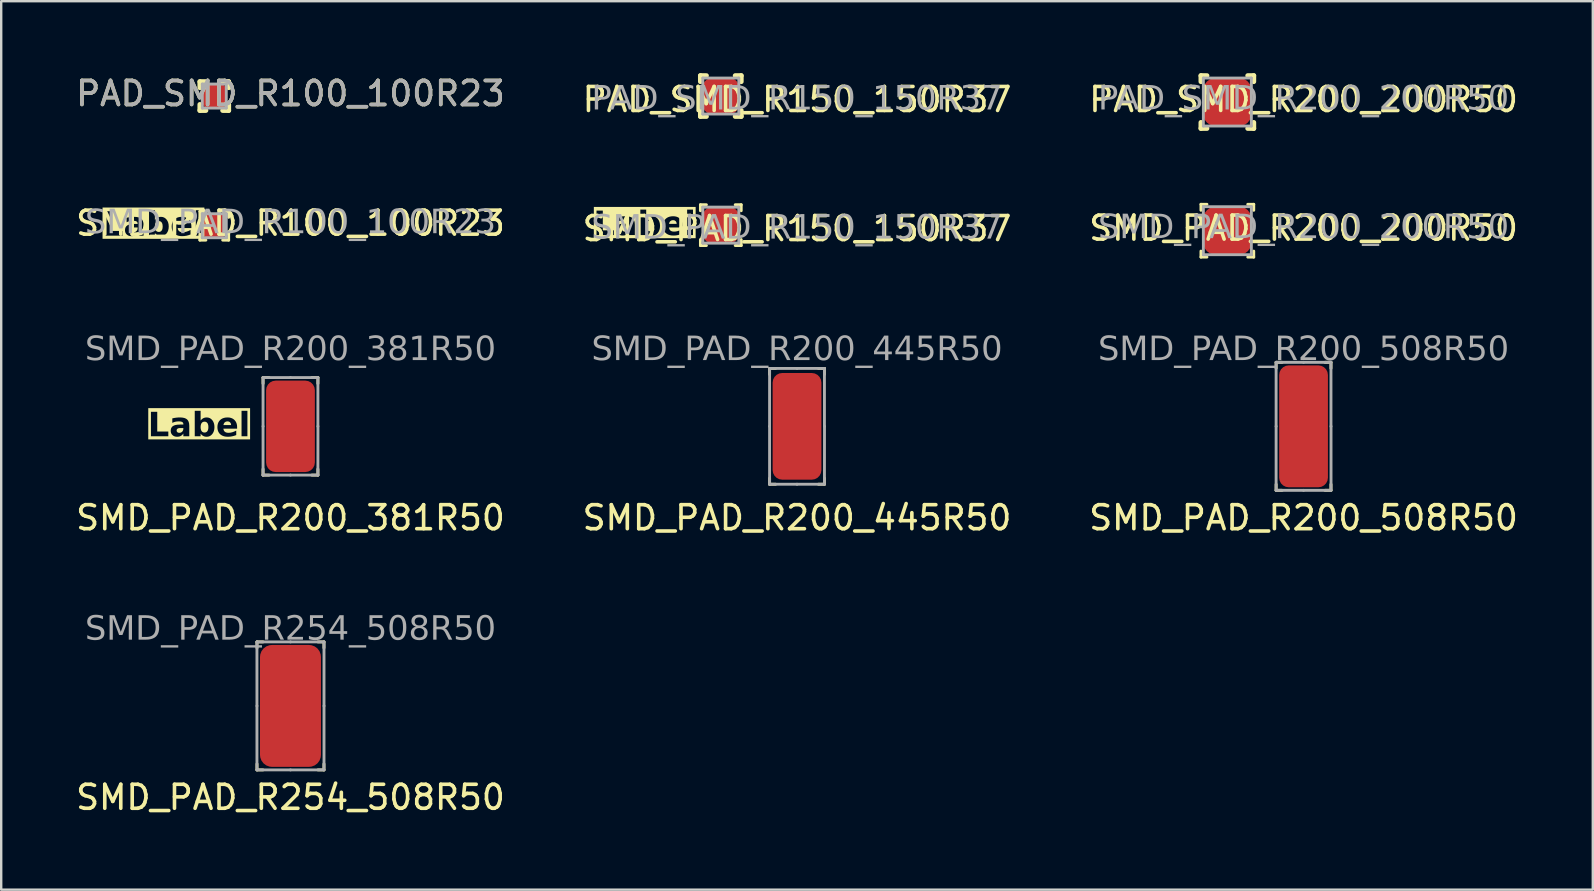
<source format=kicad_pcb>
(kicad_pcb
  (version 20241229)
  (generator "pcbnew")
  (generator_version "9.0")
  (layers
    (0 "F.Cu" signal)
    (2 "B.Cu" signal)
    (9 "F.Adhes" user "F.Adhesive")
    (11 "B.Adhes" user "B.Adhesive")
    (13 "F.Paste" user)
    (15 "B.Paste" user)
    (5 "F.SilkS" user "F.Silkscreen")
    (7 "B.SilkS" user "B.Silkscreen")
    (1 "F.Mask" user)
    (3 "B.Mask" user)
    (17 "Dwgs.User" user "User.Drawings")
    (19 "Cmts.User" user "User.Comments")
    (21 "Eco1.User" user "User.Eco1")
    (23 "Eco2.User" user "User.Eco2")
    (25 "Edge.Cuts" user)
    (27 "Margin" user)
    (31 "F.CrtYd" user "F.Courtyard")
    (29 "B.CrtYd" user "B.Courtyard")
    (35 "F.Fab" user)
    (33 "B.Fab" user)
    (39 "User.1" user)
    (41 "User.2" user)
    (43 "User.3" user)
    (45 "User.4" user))
  (footprint "SMD_PAD_R200_200R50"
    (layer "F.Cu")
    (at 48.093 6.563)
    (property "Reference" "SMD_PAD_R200_200R50" (at 3.175 -0.105 0) (layer "F.SilkS") (effects (font (size 1 1) (thickness 0.15))))
    (attr smd exclude_from_pos_files exclude_from_bom allow_missing_courtyard)
    (fp_line (start -1.1 -0.85) (end -1.1 -1.1) (stroke (width 0.12) (type solid)) (layer "F.SilkS"))
    (fp_line (start -1.1 0.85) (end -1.1 1.1) (stroke (width 0.12) (type solid)) (layer "F.SilkS"))
    (fp_line (start -0.85 -1.1) (end -1.1 -1.1) (stroke (width 0.12) (type solid)) (layer "F.SilkS"))
    (fp_line (start -0.85 1.1) (end -1.1 1.1) (stroke (width 0.12) (type solid)) (layer "F.SilkS"))
    (fp_line (start 0.85 -1.1) (end 1.1 -1.1) (stroke (width 0.12) (type solid)) (layer "F.SilkS"))
    (fp_line (start 0.85 1.1) (end 1.1 1.1) (stroke (width 0.12) (type solid)) (layer "F.SilkS"))
    (fp_line (start 1.1 -0.85) (end 1.1 -1.1) (stroke (width 0.12) (type solid)) (layer "F.SilkS"))
    (fp_line (start 1.1 0.85) (end 1.1 1.1) (stroke (width 0.12) (type solid)) (layer "F.SilkS"))
    (fp_line (start -1 -1) (end -1 1) (stroke (width 0.12) (type solid)) (layer "F.Fab"))
    (fp_line (start -1 -1) (end 1 -1) (stroke (width 0.12) (type solid)) (layer "F.Fab"))
    (fp_line (start -1 1) (end 1 1) (stroke (width 0.12) (type solid)) (layer "F.Fab"))
    (fp_line (start 1 1) (end 1 -1) (stroke (width 0.12) (type solid)) (layer "F.Fab"))
    (fp_text user "${REFERENCE}" (at 3.175 -0.105 0) (layer "F.Fab") (effects (font (face "Tahoma") (size 1 1) (thickness 0.15))))
    (pad "1" smd roundrect (at 0 0) (size 2 2) (property pad_prop_testpoint) (layers "F.Cu" "F.Mask") (roundrect_rratio 0.25)))
  (footprint "PAD_SMD_R200_200R50"
    (layer "F.Cu")
    (at 48.093 1.202)
    (property "Reference" "PAD_SMD_R200_200R50" (at 3.175 -0.105 0) (layer "F.SilkS") (effects (font (size 1 1) (thickness 0.15))))
    (attr smd exclude_from_pos_files exclude_from_bom allow_missing_courtyard)
    (fp_line (start -1.1 -0.85) (end -1.1 -1.1) (stroke (width 0.203) (type solid)) (layer "F.SilkS"))
    (fp_line (start -1.1 0.85) (end -1.1 1.1) (stroke (width 0.203) (type solid)) (layer "F.SilkS"))
    (fp_line (start -0.85 -1.1) (end -1.1 -1.1) (stroke (width 0.203) (type solid)) (layer "F.SilkS"))
    (fp_line (start -0.85 1.1) (end -1.1 1.1) (stroke (width 0.203) (type solid)) (layer "F.SilkS"))
    (fp_line (start 0.85 -1.1) (end 1.1 -1.1) (stroke (width 0.203) (type solid)) (layer "F.SilkS"))
    (fp_line (start 0.85 1.1) (end 1.1 1.1) (stroke (width 0.203) (type solid)) (layer "F.SilkS"))
    (fp_line (start 1.1 -0.85) (end 1.1 -1.1) (stroke (width 0.203) (type solid)) (layer "F.SilkS"))
    (fp_line (start 1.1 0.85) (end 1.1 1.1) (stroke (width 0.203) (type solid)) (layer "F.SilkS"))
    (fp_line (start -1 -1) (end -1 1) (stroke (width 0.12) (type solid)) (layer "F.Fab"))
    (fp_line (start -1 -1) (end 1 -1) (stroke (width 0.12) (type solid)) (layer "F.Fab"))
    (fp_line (start -1 1) (end 1 1) (stroke (width 0.12) (type solid)) (layer "F.Fab"))
    (fp_line (start 1 1) (end 1 -1) (stroke (width 0.12) (type solid)) (layer "F.Fab"))
    (fp_text user "${REFERENCE}" (at 3.175 -0.105 0) (layer "F.Fab") (effects (font (face "Tahoma") (size 1 1) (thickness 0.15))))
    (pad "1" smd roundrect (at 0 0) (size 2 2) (property pad_prop_testpoint) (layers "F.Cu" "F.Mask" "F.Paste") (roundrect_rratio 0.25)))
  (footprint "SMD_PAD_R200_445R50"
    (layer "F.Cu")
    (at 30.161 14.715)
    (property "Reference" "SMD_PAD_R200_445R50" (at 0 3.81 0) (layer "F.SilkS") (effects (font (size 1 1) (thickness 0.15))))
    (attr smd exclude_from_pos_files exclude_from_bom allow_missing_courtyard)
    (fp_line (start -1.143 -2.163) (end -1.143 -2.413) (stroke (width 0.12) (type solid)) (layer "F.SilkS"))
    (fp_line (start -1.143 2.163) (end -1.143 2.413) (stroke (width 0.12) (type solid)) (layer "F.SilkS"))
    (fp_line (start -0.893 -2.413) (end -1.143 -2.413) (stroke (width 0.12) (type solid)) (layer "F.SilkS"))
    (fp_line (start -0.893 2.413) (end -1.143 2.413) (stroke (width 0.12) (type solid)) (layer "F.SilkS"))
    (fp_line (start 0.893 -2.413) (end 1.143 -2.413) (stroke (width 0.12) (type solid)) (layer "F.SilkS"))
    (fp_line (start 0.893 2.413) (end 1.143 2.413) (stroke (width 0.12) (type solid)) (layer "F.SilkS"))
    (fp_line (start 1.143 -2.163) (end 1.143 -2.413) (stroke (width 0.12) (type solid)) (layer "F.SilkS"))
    (fp_line (start 1.143 2.163) (end 1.143 2.413) (stroke (width 0.12) (type solid)) (layer "F.SilkS"))
    (fp_line (start -1.143 -2.413) (end -1.143 0) (stroke (width 0.12) (type solid)) (layer "F.Fab"))
    (fp_line (start -1.143 -2.413) (end 0 -2.413) (stroke (width 0.12) (type solid)) (layer "F.Fab"))
    (fp_line (start -1.143 2.413) (end -1.143 0) (stroke (width 0.12) (type solid)) (layer "F.Fab"))
    (fp_line (start -1.143 2.413) (end 0 2.413) (stroke (width 0.12) (type solid)) (layer "F.Fab"))
    (fp_line (start 1.143 -2.413) (end 0 -2.413) (stroke (width 0.12) (type solid)) (layer "F.Fab"))
    (fp_line (start 1.143 -2.413) (end 1.143 0) (stroke (width 0.12) (type solid)) (layer "F.Fab"))
    (fp_line (start 1.143 2.413) (end 0 2.413) (stroke (width 0.12) (type solid)) (layer "F.Fab"))
    (fp_line (start 1.143 2.413) (end 1.145 0) (stroke (width 0.12) (type solid)) (layer "F.Fab"))
    (fp_text user "${REFERENCE}" (at 0 -3.175 0) (layer "F.Fab") (effects (font (face "Tahoma") (size 1 1) (thickness 0.15))))
    (pad "1" smd roundrect (at 0 0) (size 2.032 4.445) (property pad_prop_testpoint) (layers "F.Cu" "F.Mask") (roundrect_rratio 0.197)))
  (footprint "SMD_PAD_R150_150R37"
    (layer "F.Cu")
    (at 26.986 6.331)
    (property "Reference" "SMD_PAD_R150_150R37" (at 3.175 0.145 0) (layer "F.SilkS") (effects (font (size 1 1) (thickness 0.15))))
    (property "Label" "Label" (at -3.175 0 0) (layer "F.SilkS" knockout) (effects (font (face "Tahoma") (size 1 1) (thickness 0.2) (bold yes))))
    (attr smd exclude_from_pos_files exclude_from_bom allow_missing_courtyard)
    (fp_line (start -0.85 -0.6) (end -0.85 -0.85) (stroke (width 0.12) (type solid)) (layer "F.SilkS"))
    (fp_line (start -0.85 0.6) (end -0.85 0.85) (stroke (width 0.12) (type solid)) (layer "F.SilkS"))
    (fp_line (start -0.6 -0.85) (end -0.85 -0.85) (stroke (width 0.12) (type solid)) (layer "F.SilkS"))
    (fp_line (start -0.6 0.85) (end -0.85 0.85) (stroke (width 0.12) (type solid)) (layer "F.SilkS"))
    (fp_line (start 0.6 -0.85) (end 0.85 -0.85) (stroke (width 0.12) (type solid)) (layer "F.SilkS"))
    (fp_line (start 0.6 0.85) (end 0.85 0.85) (stroke (width 0.12) (type solid)) (layer "F.SilkS"))
    (fp_line (start 0.85 -0.6) (end 0.85 -0.85) (stroke (width 0.12) (type solid)) (layer "F.SilkS"))
    (fp_line (start 0.85 0.6) (end 0.85 0.85) (stroke (width 0.12) (type solid)) (layer "F.SilkS"))
    (fp_line (start -0.75 -0.75) (end -0.75 0.75) (stroke (width 0.12) (type solid)) (layer "F.Fab"))
    (fp_line (start -0.75 -0.75) (end 0.75 -0.75) (stroke (width 0.12) (type solid)) (layer "F.Fab"))
    (fp_line (start -0.75 0.75) (end 0.75 0.75) (stroke (width 0.12) (type solid)) (layer "F.Fab"))
    (fp_line (start 0.75 0.75) (end 0.75 -0.75) (stroke (width 0.12) (type solid)) (layer "F.Fab"))
    (fp_text user "${REFERENCE}" (at 3.175 0.145 0) (layer "F.Fab") (effects (font (face "Tahoma") (size 1 1) (thickness 0.15))))
    (pad "1" smd roundrect (at 0 0) (size 1.5 1.5) (property pad_prop_testpoint) (layers "F.Cu" "F.Mask") (roundrect_rratio 0.25)))
  (footprint "SMD_PAD_R200_508R50"
    (layer "F.Cu")
    (at 51.268 14.715)
    (property "Reference" "SMD_PAD_R200_508R50" (at 0 3.81 0) (layer "F.SilkS") (effects (font (size 1 1) (thickness 0.15))))
    (attr smd exclude_from_pos_files exclude_from_bom allow_missing_courtyard)
    (fp_line (start -1.143 -2.417) (end -1.143 -2.667) (stroke (width 0.12) (type solid)) (layer "F.SilkS"))
    (fp_line (start -1.143 2.417) (end -1.143 2.667) (stroke (width 0.12) (type solid)) (layer "F.SilkS"))
    (fp_line (start -0.893 -2.667) (end -1.143 -2.667) (stroke (width 0.12) (type solid)) (layer "F.SilkS"))
    (fp_line (start -0.893 2.667) (end -1.143 2.667) (stroke (width 0.12) (type solid)) (layer "F.SilkS"))
    (fp_line (start 0.893 -2.667) (end 1.143 -2.667) (stroke (width 0.12) (type solid)) (layer "F.SilkS"))
    (fp_line (start 0.893 2.667) (end 1.143 2.667) (stroke (width 0.12) (type solid)) (layer "F.SilkS"))
    (fp_line (start 1.143 -2.417) (end 1.143 -2.667) (stroke (width 0.12) (type solid)) (layer "F.SilkS"))
    (fp_line (start 1.143 2.417) (end 1.143 2.667) (stroke (width 0.12) (type solid)) (layer "F.SilkS"))
    (fp_line (start -1.143 -2.667) (end -1.143 0) (stroke (width 0.12) (type solid)) (layer "F.Fab"))
    (fp_line (start -1.143 -2.667) (end 0 -2.667) (stroke (width 0.12) (type solid)) (layer "F.Fab"))
    (fp_line (start -1.143 2.667) (end -1.143 0) (stroke (width 0.12) (type solid)) (layer "F.Fab"))
    (fp_line (start -1.143 2.667) (end 0 2.667) (stroke (width 0.12) (type solid)) (layer "F.Fab"))
    (fp_line (start 1.143 -2.667) (end 0 -2.667) (stroke (width 0.12) (type solid)) (layer "F.Fab"))
    (fp_line (start 1.143 -2.667) (end 1.143 0) (stroke (width 0.12) (type solid)) (layer "F.Fab"))
    (fp_line (start 1.143 2.667) (end 0 2.667) (stroke (width 0.12) (type solid)) (layer "F.Fab"))
    (fp_line (start 1.145 2.667) (end 1.145 0) (stroke (width 0.12) (type solid)) (layer "F.Fab"))
    (fp_text user "${REFERENCE}" (at 0 -3.175 0) (layer "F.Fab") (effects (font (face "Tahoma") (size 1 1) (thickness 0.15))))
    (pad "1" smd roundrect (at 0 0) (size 2.032 5.08) (property pad_prop_testpoint) (layers "F.Cu" "F.Mask") (roundrect_rratio 0.197)))
  (footprint "PAD_SMD_R150_150R37"
    (layer "F.Cu")
    (at 26.986 0.952)
    (property "Reference" "PAD_SMD_R150_150R37" (at 3.175 0.145 0) (layer "F.SilkS") (effects (font (size 1 1) (thickness 0.15))))
    (attr smd exclude_from_pos_files exclude_from_bom allow_missing_courtyard)
    (fp_line (start -0.85 -0.6) (end -0.85 -0.85) (stroke (width 0.203) (type solid)) (layer "F.SilkS"))
    (fp_line (start -0.85 0.6) (end -0.85 0.85) (stroke (width 0.203) (type solid)) (layer "F.SilkS"))
    (fp_line (start -0.6 -0.85) (end -0.85 -0.85) (stroke (width 0.203) (type solid)) (layer "F.SilkS"))
    (fp_line (start -0.6 0.85) (end -0.85 0.85) (stroke (width 0.203) (type solid)) (layer "F.SilkS"))
    (fp_line (start 0.6 -0.85) (end 0.85 -0.85) (stroke (width 0.203) (type solid)) (layer "F.SilkS"))
    (fp_line (start 0.6 0.85) (end 0.85 0.85) (stroke (width 0.203) (type solid)) (layer "F.SilkS"))
    (fp_line (start 0.85 -0.6) (end 0.85 -0.85) (stroke (width 0.203) (type solid)) (layer "F.SilkS"))
    (fp_line (start 0.85 0.6) (end 0.85 0.85) (stroke (width 0.203) (type solid)) (layer "F.SilkS"))
    (fp_line (start -0.75 -0.75) (end -0.75 0.75) (stroke (width 0.12) (type solid)) (layer "F.Fab"))
    (fp_line (start -0.75 -0.75) (end 0.75 -0.75) (stroke (width 0.12) (type solid)) (layer "F.Fab"))
    (fp_line (start -0.75 0.75) (end 0.75 0.75) (stroke (width 0.12) (type solid)) (layer "F.Fab"))
    (fp_line (start 0.75 0.75) (end 0.75 -0.75) (stroke (width 0.12) (type solid)) (layer "F.Fab"))
    (fp_text user "${REFERENCE}" (at 3.175 0.145 0) (layer "F.Fab") (effects (font (face "Tahoma") (size 1 1) (thickness 0.15))))
    (pad "1" smd roundrect (at 0 0) (size 1.5 1.5) (property pad_prop_testpoint) (layers "F.Cu" "F.Mask" "F.Paste") (roundrect_rratio 0.25)))
  (footprint "SMD_PAD_R100_100R23"
    (layer "F.Cu")
    (at 5.879 6.356)
    (property "Reference" "SMD_PAD_R100_100R23" (at 3.175 -0.105 0) (layer "F.SilkS") (effects (font (size 1 1) (thickness 0.15))))
    (property "Label" "Label" (at -2.54 0 0) (layer "F.SilkS" knockout) (effects (font (face "Tahoma") (size 1 1) (thickness 0.2) (bold yes))))
    (attr smd exclude_from_pos_files exclude_from_bom allow_missing_courtyard)
    (fp_line (start -0.6 -0.35) (end -0.6 -0.6) (stroke (width 0.12) (type solid)) (layer "F.SilkS"))
    (fp_line (start -0.6 0.35) (end -0.6 0.6) (stroke (width 0.12) (type solid)) (layer "F.SilkS"))
    (fp_line (start -0.35 -0.6) (end -0.6 -0.6) (stroke (width 0.12) (type solid)) (layer "F.SilkS"))
    (fp_line (start -0.35 0.6) (end -0.6 0.6) (stroke (width 0.12) (type solid)) (layer "F.SilkS"))
    (fp_line (start 0.35 -0.6) (end 0.6 -0.6) (stroke (width 0.12) (type solid)) (layer "F.SilkS"))
    (fp_line (start 0.35 0.6) (end 0.6 0.6) (stroke (width 0.12) (type solid)) (layer "F.SilkS"))
    (fp_line (start 0.6 -0.35) (end 0.6 -0.6) (stroke (width 0.12) (type solid)) (layer "F.SilkS"))
    (fp_line (start 0.6 0.35) (end 0.6 0.6) (stroke (width 0.12) (type solid)) (layer "F.SilkS"))
    (fp_line (start -0.5 -0.5) (end -0.5 0.5) (stroke (width 0.12) (type solid)) (layer "F.Fab"))
    (fp_line (start -0.5 -0.5) (end 0.5 -0.5) (stroke (width 0.12) (type solid)) (layer "F.Fab"))
    (fp_line (start -0.5 0.5) (end 0.5 0.5) (stroke (width 0.12) (type solid)) (layer "F.Fab"))
    (fp_line (start 0.5 0.5) (end 0.5 -0.5) (stroke (width 0.12) (type solid)) (layer "F.Fab"))
    (fp_text user "${REFERENCE}" (at 3.175 -0.105 0) (layer "F.Fab") (effects (font (face "Tahoma") (size 1 1) (thickness 0.15))))
    (pad "1" smd roundrect (at 0 0) (size 1 1) (property pad_prop_testpoint) (layers "F.Cu" "F.Mask") (roundrect_rratio 0.25)))
  (footprint "SMD_PAD_R200_381R50"
    (layer "F.Cu")
    (at 9.054 14.715)
    (property "Reference" "SMD_PAD_R200_381R50" (at 0 3.81 0) (layer "F.SilkS") (effects (font (size 1 1) (thickness 0.15))))
    (property "Label" "Label" (at -3.81 0 0) (layer "F.SilkS" knockout) (effects (font (face "Tahoma") (size 1 1) (thickness 0.2) (bold yes))))
    (attr smd exclude_from_pos_files exclude_from_bom allow_missing_courtyard)
    (fp_line (start -1.143 -1.782) (end -1.143 -2.032) (stroke (width 0.12) (type solid)) (layer "F.SilkS"))
    (fp_line (start -1.143 1.782) (end -1.143 2.032) (stroke (width 0.12) (type solid)) (layer "F.SilkS"))
    (fp_line (start -0.893 -2.032) (end -1.143 -2.032) (stroke (width 0.12) (type solid)) (layer "F.SilkS"))
    (fp_line (start -0.893 2.032) (end -1.143 2.032) (stroke (width 0.12) (type solid)) (layer "F.SilkS"))
    (fp_line (start 0.893 -2.032) (end 1.143 -2.032) (stroke (width 0.12) (type solid)) (layer "F.SilkS"))
    (fp_line (start 0.893 2.032) (end 1.143 2.032) (stroke (width 0.12) (type solid)) (layer "F.SilkS"))
    (fp_line (start 1.143 -1.782) (end 1.143 -2.032) (stroke (width 0.12) (type solid)) (layer "F.SilkS"))
    (fp_line (start 1.143 1.782) (end 1.143 2.032) (stroke (width 0.12) (type solid)) (layer "F.SilkS"))
    (fp_line (start -1.143 -2.032) (end -1.143 0) (stroke (width 0.12) (type solid)) (layer "F.Fab"))
    (fp_line (start -1.143 -2.032) (end 0 -2.032) (stroke (width 0.12) (type solid)) (layer "F.Fab"))
    (fp_line (start -1.143 2.032) (end -1.143 0) (stroke (width 0.12) (type solid)) (layer "F.Fab"))
    (fp_line (start -1.143 2.032) (end 0 2.032) (stroke (width 0.12) (type solid)) (layer "F.Fab"))
    (fp_line (start 1.143 -2.032) (end 0 -2.032) (stroke (width 0.12) (type solid)) (layer "F.Fab"))
    (fp_line (start 1.143 -2.032) (end 1.143 0) (stroke (width 0.12) (type solid)) (layer "F.Fab"))
    (fp_line (start 1.143 2.032) (end 0 2.032) (stroke (width 0.12) (type solid)) (layer "F.Fab"))
    (fp_line (start 1.143 2.032) (end 1.145 0) (stroke (width 0.12) (type solid)) (layer "F.Fab"))
    (fp_text user "${REFERENCE}" (at 0 -3.175 0) (layer "F.Fab") (effects (font (face "Tahoma") (size 1 1) (thickness 0.15))))
    (pad "1" smd roundrect (at 0 0) (size 2.032 3.81) (property pad_prop_testpoint) (layers "F.Cu" "F.Mask") (roundrect_rratio 0.197)))
  (footprint "SMD_PAD_R254_508R50"
    (layer "F.Cu")
    (at 9.054 26.365)
    (property "Reference" "SMD_PAD_R254_508R50" (at 0 3.81 0) (layer "F.SilkS") (effects (font (size 1 1) (thickness 0.15))))
    (attr smd exclude_from_pos_files exclude_from_bom allow_missing_courtyard)
    (fp_line (start -1.395 -2.417) (end -1.395 -2.667) (stroke (width 0.12) (type solid)) (layer "F.SilkS"))
    (fp_line (start -1.395 2.417) (end -1.395 2.667) (stroke (width 0.12) (type solid)) (layer "F.SilkS"))
    (fp_line (start -1.145 -2.667) (end -1.395 -2.667) (stroke (width 0.12) (type solid)) (layer "F.SilkS"))
    (fp_line (start -1.145 2.667) (end -1.395 2.667) (stroke (width 0.12) (type solid)) (layer "F.SilkS"))
    (fp_line (start 1.145 -2.667) (end 1.395 -2.667) (stroke (width 0.12) (type solid)) (layer "F.SilkS"))
    (fp_line (start 1.145 2.667) (end 1.395 2.667) (stroke (width 0.12) (type solid)) (layer "F.SilkS"))
    (fp_line (start 1.395 -2.417) (end 1.395 -2.667) (stroke (width 0.12) (type solid)) (layer "F.SilkS"))
    (fp_line (start 1.395 2.417) (end 1.395 2.667) (stroke (width 0.12) (type solid)) (layer "F.SilkS"))
    (fp_line (start -1.397 -2.667) (end -1.397 0) (stroke (width 0.12) (type solid)) (layer "F.Fab"))
    (fp_line (start -1.397 -2.667) (end 0 -2.667) (stroke (width 0.12) (type solid)) (layer "F.Fab"))
    (fp_line (start -1.397 2.667) (end -1.397 0) (stroke (width 0.12) (type solid)) (layer "F.Fab"))
    (fp_line (start -1.397 2.667) (end 0 2.667) (stroke (width 0.12) (type solid)) (layer "F.Fab"))
    (fp_line (start 1.397 -2.667) (end 0 -2.667) (stroke (width 0.12) (type solid)) (layer "F.Fab"))
    (fp_line (start 1.397 -2.667) (end 1.397 0) (stroke (width 0.12) (type solid)) (layer "F.Fab"))
    (fp_line (start 1.397 2.667) (end 0 2.667) (stroke (width 0.12) (type solid)) (layer "F.Fab"))
    (fp_line (start 1.397 2.667) (end 1.397 0) (stroke (width 0.12) (type solid)) (layer "F.Fab"))
    (fp_text user "${REFERENCE}" (at 0 -3.175 0) (layer "F.Fab") (effects (font (face "Tahoma") (size 1 1) (thickness 0.15))))
    (pad "1" smd roundrect (at 0 0) (size 2.54 5.08) (property pad_prop_testpoint) (layers "F.Cu" "F.Mask") (roundrect_rratio 0.197)))
  (footprint "PAD_SMD_R100_100R23"
    (layer "F.Cu")
    (at 5.879 0.953)
    (property "Reference" "PAD_SMD_R100_100R23" (at 3.175 -0.105 0) (layer "F.SilkS") (effects (font (size 1 1) (thickness 0.15))))
    (attr smd exclude_from_pos_files exclude_from_bom allow_missing_courtyard)
    (fp_line (start -0.6 -0.35) (end -0.6 -0.6) (stroke (width 0.203) (type solid)) (layer "F.SilkS"))
    (fp_line (start -0.6 0.35) (end -0.6 0.6) (stroke (width 0.203) (type solid)) (layer "F.SilkS"))
    (fp_line (start -0.35 -0.6) (end -0.6 -0.6) (stroke (width 0.203) (type solid)) (layer "F.SilkS"))
    (fp_line (start -0.35 0.6) (end -0.6 0.6) (stroke (width 0.203) (type solid)) (layer "F.SilkS"))
    (fp_line (start 0.35 -0.6) (end 0.6 -0.6) (stroke (width 0.203) (type solid)) (layer "F.SilkS"))
    (fp_line (start 0.35 0.6) (end 0.6 0.6) (stroke (width 0.203) (type solid)) (layer "F.SilkS"))
    (fp_line (start 0.6 -0.35) (end 0.6 -0.6) (stroke (width 0.203) (type solid)) (layer "F.SilkS"))
    (fp_line (start 0.6 0.35) (end 0.6 0.6) (stroke (width 0.203) (type solid)) (layer "F.SilkS"))
    (fp_line (start -0.5 -0.5) (end -0.5 0.5) (stroke (width 0.12) (type solid)) (layer "F.Fab"))
    (fp_line (start -0.5 -0.5) (end 0.5 -0.5) (stroke (width 0.12) (type solid)) (layer "F.Fab"))
    (fp_line (start -0.5 0.5) (end 0.5 0.5) (stroke (width 0.12) (type solid)) (layer "F.Fab"))
    (fp_line (start 0.5 0.5) (end 0.5 -0.5) (stroke (width 0.12) (type solid)) (layer "F.Fab"))
    (fp_text user "${REFERENCE}" (at 3.175 -0.105 0) (layer "F.Fab") (effects (font (size 1 1) (thickness 0.15))))
    (pad "1" smd roundrect (at 0 0) (size 1 1) (property pad_prop_testpoint) (layers "F.Cu" "F.Mask" "F.Paste") (roundrect_rratio 0.25)))
  (gr_rect
    (start -3 -3)
    (end 63.321 34.023)
    (stroke (width 0.1) (type default))
    (fill no)
    (layer "Edge.Cuts")))
</source>
